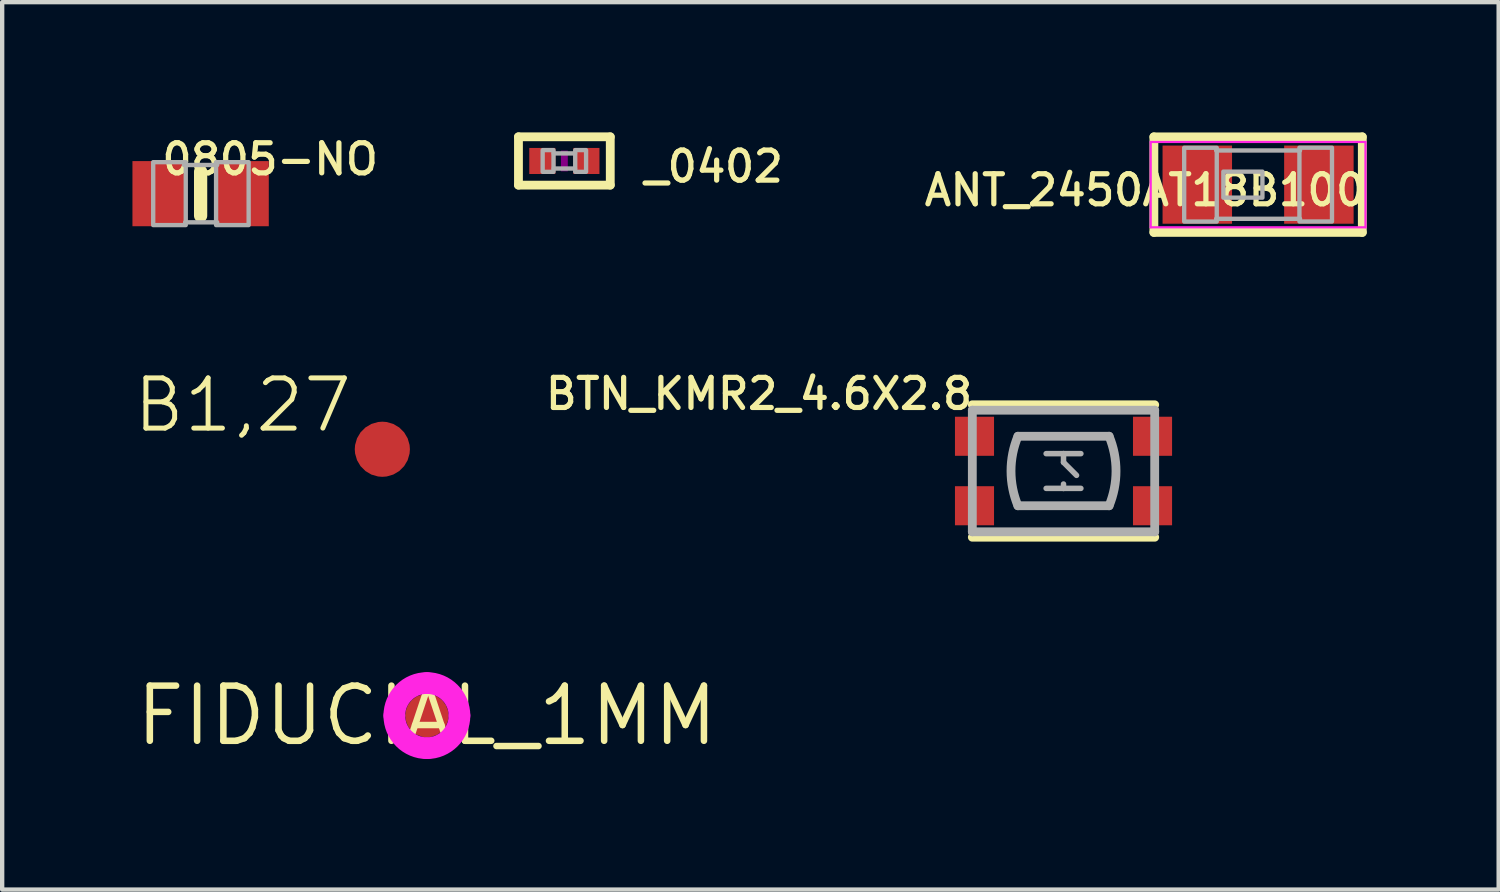
<source format=kicad_pcb>
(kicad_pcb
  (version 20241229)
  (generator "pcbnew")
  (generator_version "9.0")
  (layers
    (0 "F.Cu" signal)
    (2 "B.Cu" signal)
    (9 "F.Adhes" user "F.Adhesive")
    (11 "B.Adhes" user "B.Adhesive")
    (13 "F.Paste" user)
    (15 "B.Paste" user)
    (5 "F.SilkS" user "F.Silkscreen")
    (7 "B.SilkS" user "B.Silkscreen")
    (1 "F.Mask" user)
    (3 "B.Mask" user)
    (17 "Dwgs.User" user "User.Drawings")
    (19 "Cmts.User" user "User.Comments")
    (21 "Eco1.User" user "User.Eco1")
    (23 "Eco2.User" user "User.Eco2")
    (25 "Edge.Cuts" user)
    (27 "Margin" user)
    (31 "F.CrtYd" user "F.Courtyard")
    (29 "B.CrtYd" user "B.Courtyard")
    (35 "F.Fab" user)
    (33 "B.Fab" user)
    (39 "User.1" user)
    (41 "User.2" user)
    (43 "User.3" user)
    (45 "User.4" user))
  (footprint "FIDUCIAL_1MM"
    (layer "F.Cu")
    (at 6.781 13.43)
    (property "Reference" "FIDUCIAL_1MM" (at 0 0 0) (layer "F.SilkS") (effects (font (size 1.27 1.27) (thickness 0.15))))
    (fp_arc (start -0.75 0) (mid -0.53033 -0.53033) (end 0 -0.75) (stroke (width 0.4699) (type solid)) (layer "F.Mask"))
    (fp_arc (start 0 -0.75) (mid 0.53033 -0.53033) (end 0.75 0) (stroke (width 0.4699) (type solid)) (layer "F.Mask"))
    (fp_arc (start 0 0.75) (mid -0.53033 0.53033) (end -0.75 0) (stroke (width 0.4699) (type solid)) (layer "F.Mask"))
    (fp_arc (start 0.75 0) (mid 0.53033 0.53033) (end 0 0.75) (stroke (width 0.4699) (type solid)) (layer "F.Mask"))
    (fp_arc (start -0.75 0) (mid -0.53033 -0.53033) (end 0 -0.75) (stroke (width 0.5) (type solid)) (layer "F.CrtYd"))
    (fp_arc (start 0 -0.75) (mid 0.53033 -0.53033) (end 0.75 0) (stroke (width 0.5) (type solid)) (layer "F.CrtYd"))
    (fp_arc (start 0 0.75) (mid -0.53033 0.53033) (end -0.75 0) (stroke (width 0.5) (type solid)) (layer "F.CrtYd"))
    (fp_arc (start 0.75 0) (mid 0.53033 0.53033) (end 0 0.75) (stroke (width 0.5) (type solid)) (layer "F.CrtYd"))
    (pad "1" smd roundrect (at 0 0) (size 1 1) (layers "F.Cu" "F.Mask") (roundrect_rratio 0.5)))
  (footprint "0805-NO"
    (layer "F.Cu")
    (at 1.57 1.41)
    (property "Reference" "0805-NO" (at -0.953 -0.794 0) (layer "F.SilkS") (effects (font (size 0.693 0.693) (thickness 0.12)) (justify left)))
    (fp_line (start 0 -0.508) (end 0 0.508) (stroke (width 0.305) (type solid)) (layer "F.SilkS"))
    (fp_line (start -0.381 -0.66) (end 0.381 -0.66) (stroke (width 0.102) (type solid)) (layer "F.Fab"))
    (fp_line (start -0.356 0.66) (end 0.381 0.66) (stroke (width 0.102) (type solid)) (layer "F.Fab"))
    (fp_poly (pts (xy -1.092 0.724) (xy -0.342 0.724) (xy -0.342 -0.726) (xy -1.092 -0.726)) (stroke (width 0.1) (type solid)) (fill no) (layer "F.Fab"))
    (fp_poly (pts (xy 0.356 0.724) (xy 1.106 0.724) (xy 1.106 -0.726) (xy 0.356 -0.726)) (stroke (width 0.1) (type solid)) (fill no) (layer "F.Fab"))
    (pad "1" smd rect (at -0.95 0) (size 1.24 1.5) (layers "F.Cu" "F.Mask" "F.Paste"))
    (pad "2" smd rect (at 0.95 0) (size 1.24 1.5) (layers "F.Cu" "F.Mask" "F.Paste")))
  (footprint "ANT_2450AT18B100"
    (layer "F.Cu")
    (at 25.923 1.202)
    (property "Reference" "ANT_2450AT18B100" (at 2.54 0.127 180) (layer "F.SilkS") (effects (font (size 0.693 0.693) (thickness 0.12)) (justify right)))
    (fp_line (start -2.4 -1.1) (end 2.4 -1.1) (stroke (width 0.203) (type solid)) (layer "F.SilkS"))
    (fp_line (start -2.4 1.1) (end -2.4 -1.1) (stroke (width 0.203) (type solid)) (layer "F.SilkS"))
    (fp_line (start 2.4 -1.1) (end 2.4 1.1) (stroke (width 0.203) (type solid)) (layer "F.SilkS"))
    (fp_line (start 2.4 1.1) (end -2.4 1.1) (stroke (width 0.203) (type solid)) (layer "F.SilkS"))
    (fp_line (start -2.473 -0.983) (end 2.473 -0.983) (stroke (width 0.051) (type solid)) (layer "F.CrtYd"))
    (fp_line (start -2.473 0.983) (end -2.473 -0.983) (stroke (width 0.051) (type solid)) (layer "F.CrtYd"))
    (fp_line (start 2.473 -0.983) (end 2.473 0.983) (stroke (width 0.051) (type solid)) (layer "F.CrtYd"))
    (fp_line (start 2.473 0.983) (end -2.473 0.983) (stroke (width 0.051) (type solid)) (layer "F.CrtYd"))
    (fp_line (start -0.965 -0.787) (end 0.965 -0.787) (stroke (width 0.102) (type solid)) (layer "F.Fab"))
    (fp_line (start -0.965 0.787) (end 0.965 0.787) (stroke (width 0.102) (type solid)) (layer "F.Fab"))
    (fp_poly (pts (xy -1.702 0.851) (xy -0.952 0.851) (xy -0.952 -0.849) (xy -1.702 -0.849)) (stroke (width 0.1) (type solid)) (fill no) (layer "F.Fab"))
    (fp_poly (pts (xy -0.8 0.3) (xy 0.1 0.3) (xy 0.1 -0.3) (xy -0.8 -0.3)) (stroke (width 0.1) (type solid)) (fill no) (layer "F.Fab"))
    (fp_poly (pts (xy 0.952 0.849) (xy 1.702 0.849) (xy 1.702 -0.851) (xy 0.952 -0.851)) (stroke (width 0.1) (type solid)) (fill no) (layer "F.Fab"))
    (pad "FP" smd rect (at -1.4 0) (size 1.6 1.8) (layers "F.Cu" "F.Mask" "F.Paste"))
    (pad "NC" smd rect (at 1.4 0) (size 1.6 1.8) (layers "F.Cu" "F.Mask" "F.Paste")))
  (footprint "BTN_KMR2_4.6X2.8"
    (layer "F.Cu")
    (at 21.442 7.797)
    (property "Reference" "BTN_KMR2_4.6X2.8" (at -2.032 -1.778 180) (layer "F.SilkS") (effects (font (size 0.693 0.693) (thickness 0.12)) (justify right)))
    (fp_line (start -2.1 -1.525) (end 2.1 -1.525) (stroke (width 0.203) (type solid)) (layer "F.SilkS"))
    (fp_line (start 2.1 1.525) (end -2.1 1.525) (stroke (width 0.203) (type solid)) (layer "F.SilkS"))
    (fp_line (start -2.1 -1.4) (end 2.1 -1.4) (stroke (width 0.203) (type solid)) (layer "F.Fab"))
    (fp_line (start -2.1 1.4) (end -2.1 -1.4) (stroke (width 0.203) (type solid)) (layer "F.Fab"))
    (fp_line (start -1.05 -0.8) (end 1.05 -0.8) (stroke (width 0.203) (type solid)) (layer "F.Fab"))
    (fp_line (start -0.4 -0.4) (end 0 -0.4) (stroke (width 0.127) (type solid)) (layer "F.Fab"))
    (fp_line (start -0.4 0.4) (end 0 0.4) (stroke (width 0.127) (type solid)) (layer "F.Fab"))
    (fp_line (start 0 -0.4) (end 0 -0.2) (stroke (width 0.127) (type solid)) (layer "F.Fab"))
    (fp_line (start 0 -0.4) (end 0.4 -0.4) (stroke (width 0.127) (type solid)) (layer "F.Fab"))
    (fp_line (start 0 -0.2) (end 0.3 0.1) (stroke (width 0.127) (type solid)) (layer "F.Fab"))
    (fp_line (start 0 0.4) (end 0 0.3) (stroke (width 0.127) (type solid)) (layer "F.Fab"))
    (fp_line (start 0 0.4) (end 0.4 0.4) (stroke (width 0.127) (type solid)) (layer "F.Fab"))
    (fp_line (start 1.05 0.8) (end -1.05 0.8) (stroke (width 0.203) (type solid)) (layer "F.Fab"))
    (fp_line (start 2.1 -1.4) (end 2.1 1.4) (stroke (width 0.203) (type solid)) (layer "F.Fab"))
    (fp_line (start 2.1 1.4) (end -2.1 1.4) (stroke (width 0.203) (type solid)) (layer "F.Fab"))
    (fp_arc (start -1.05 0.8) (mid -1.209128 0) (end -1.05 -0.799999) (stroke (width 0.2032) (type solid)) (layer "F.Fab"))
    (fp_arc (start 1.05 -0.8) (mid 1.209128 0) (end 1.05 0.799999) (stroke (width 0.2032) (type solid)) (layer "F.Fab"))
    (pad "A" smd rect (at 2.05 -0.8) (size 0.9 0.9) (layers "F.Cu" "F.Mask" "F.Paste"))
    (pad "A'" smd rect (at -2.05 -0.8) (size 0.9 0.9) (layers "F.Cu" "F.Mask" "F.Paste"))
    (pad "B" smd rect (at 2.05 0.8) (size 0.9 0.9) (layers "F.Cu" "F.Mask" "F.Paste"))
    (pad "B'" smd rect (at -2.05 0.8) (size 0.9 0.9) (layers "F.Cu" "F.Mask" "F.Paste")))
  (footprint "_0402"
    (layer "F.Cu")
    (at 9.947 0.657)
    (property "Reference" "_0402" (at 1.778 0.127 0) (layer "F.SilkS") (effects (font (size 0.693 0.693) (thickness 0.12)) (justify left)))
    (fp_line (start -1.057 -0.556) (end 1.057 -0.556) (stroke (width 0.203) (type solid)) (layer "F.SilkS"))
    (fp_line (start -1.057 0.556) (end -1.057 -0.556) (stroke (width 0.203) (type solid)) (layer "F.SilkS"))
    (fp_line (start 1.057 -0.556) (end 1.057 0.556) (stroke (width 0.203) (type solid)) (layer "F.SilkS"))
    (fp_line (start 1.057 0.556) (end -1.057 0.556) (stroke (width 0.203) (type solid)) (layer "F.SilkS"))
    (fp_poly (pts (xy -0.079 0.238) (xy 0.079 0.238) (xy 0.079 -0.238) (xy -0.079 -0.238)) (stroke (width 0) (type solid)) (fill yes) (layer "F.Adhes"))
    (fp_line (start -0.245 -0.174) (end 0.245 -0.174) (stroke (width 0.102) (type solid)) (layer "F.Fab"))
    (fp_line (start 0.245 0.174) (end -0.245 0.174) (stroke (width 0.102) (type solid)) (layer "F.Fab"))
    (fp_poly (pts (xy -0.5 0.25) (xy -0.25 0.25) (xy -0.25 -0.25) (xy -0.5 -0.25)) (stroke (width 0.1) (type solid)) (fill no) (layer "F.Fab"))
    (fp_poly (pts (xy 0.25 0.25) (xy 0.5 0.25) (xy 0.5 -0.25) (xy 0.25 -0.25)) (stroke (width 0.1) (type solid)) (fill no) (layer "F.Fab"))
    (pad "1" smd rect (at -0.508 0 180) (size 0.6 0.6) (layers "F.Cu" "F.Mask" "F.Paste"))
    (pad "2" smd rect (at 0.508 0 180) (size 0.6 0.6) (layers "F.Cu" "F.Mask" "F.Paste")))
  (footprint "B1,27"
    (layer "F.Cu")
    (at 5.755 7.296)
    (property "Reference" "B1,27" (at -0.635 -1.016 0) (layer "F.SilkS") (effects (font (size 1.156 1.156) (thickness 0.114)) (justify right)))
    (pad "TP" smd roundrect (at 0 0 180) (size 1.27 1.27) (layers "F.Cu" "F.Mask") (roundrect_rratio 0.5)))
  (gr_rect
    (start -3 -3)
    (end 31.463 17.436)
    (stroke (width 0.1) (type default))
    (fill no)
    (layer "Edge.Cuts")))
</source>
